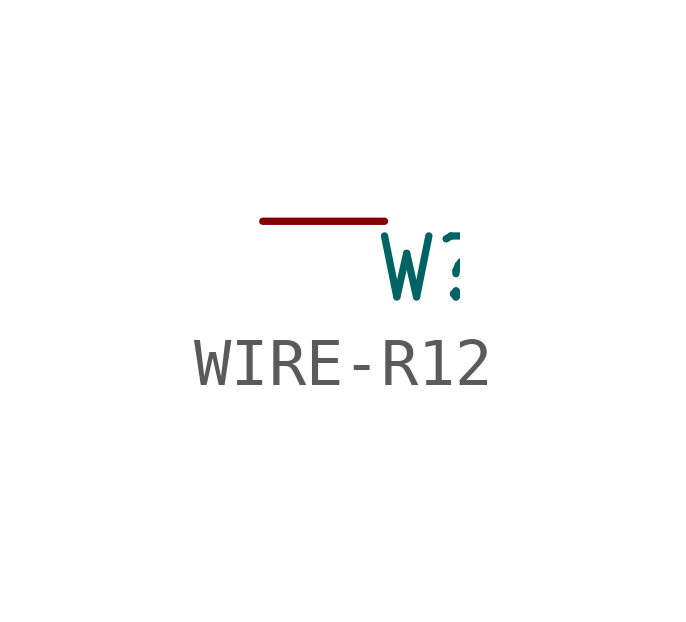
<source format=kicad_sym>
(kicad_symbol_lib
  (version 20211014)
  (generator kicad_symbol_editor)
  (symbol "WIRE-R12"
    (property "Reference" "W"
      (at 2.286 -0.254 0)
      (effects (font (size 1.27 1.079)) (justify left top)))
    (property "ki_locked" ""
      (at 0 0 0)
      (effects (font (size 1.27 1.27))))
    (symbol "WIRE-R12_1_0"
      (pin bidirectional line (at 0 0 0) (length 2.54) (name "P$1" (effects (font (size 0 0)))) (number "P$1" (effects (font (size 0 0))))))))
</source>
